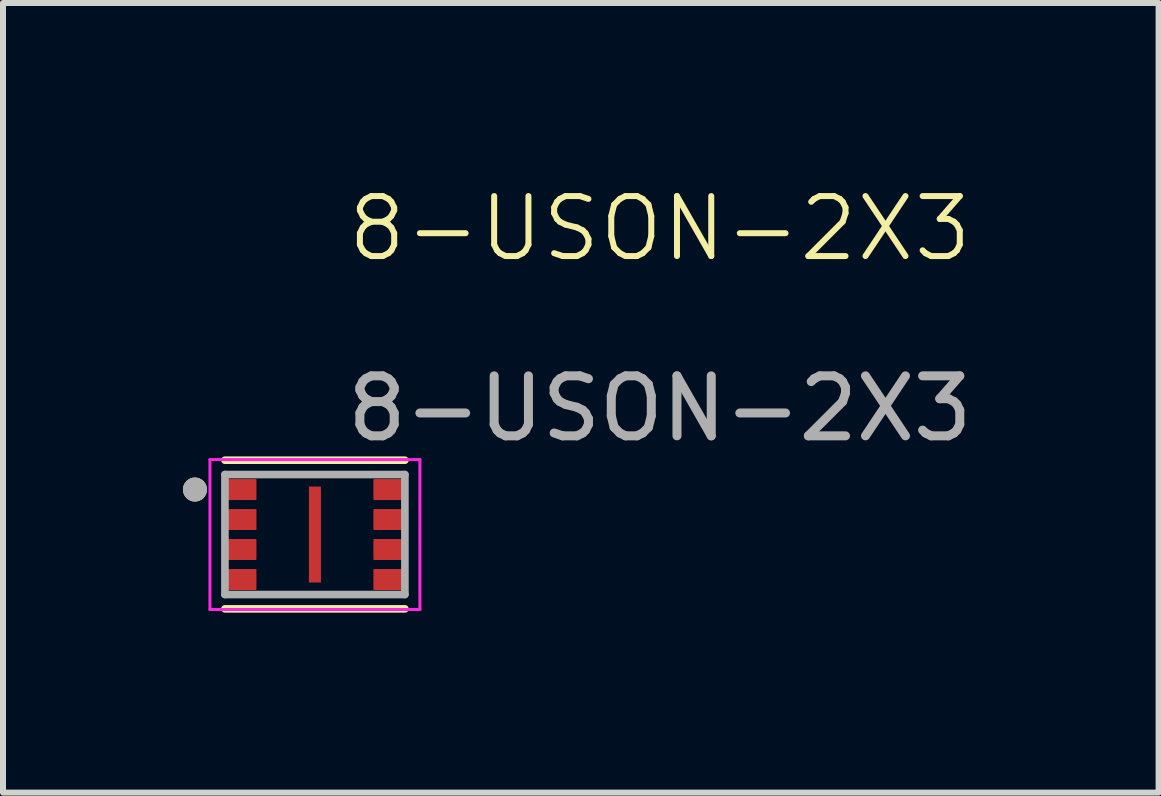
<source format=kicad_pcb>
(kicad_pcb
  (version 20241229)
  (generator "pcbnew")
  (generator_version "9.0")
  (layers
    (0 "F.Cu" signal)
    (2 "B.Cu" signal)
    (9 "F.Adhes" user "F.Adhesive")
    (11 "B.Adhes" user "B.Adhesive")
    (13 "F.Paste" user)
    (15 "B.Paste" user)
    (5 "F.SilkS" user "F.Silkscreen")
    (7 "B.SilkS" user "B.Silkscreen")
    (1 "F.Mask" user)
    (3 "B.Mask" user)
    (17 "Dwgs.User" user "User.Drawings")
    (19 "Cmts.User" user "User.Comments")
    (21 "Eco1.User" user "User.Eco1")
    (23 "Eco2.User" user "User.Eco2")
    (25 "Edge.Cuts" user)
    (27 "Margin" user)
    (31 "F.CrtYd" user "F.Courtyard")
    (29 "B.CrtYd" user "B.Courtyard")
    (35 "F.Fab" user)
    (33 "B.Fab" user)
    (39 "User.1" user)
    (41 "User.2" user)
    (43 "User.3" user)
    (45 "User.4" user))
  (footprint "8-USON-2X3"
    (layer "F.Cu")
    (at 2.25 5.861)
    (property "Reference" "8-USON-2X3" (at 5.7 -5.1 0) (unlocked yes) (layer "F.SilkS") (effects (font (size 1 1) (thickness 0.1))))
    (fp_line (start -1.55 -1.239) (end 1.45 -1.239) (stroke (width 0.127) (type solid)) (layer "F.SilkS"))
    (fp_line (start -1.55 1.239) (end 1.45 1.239) (stroke (width 0.127) (type solid)) (layer "F.SilkS"))
    (fp_circle (center -2.05 -0.75) (end -1.95 -0.75) (stroke (width 0.2) (type solid)) (fill no) (layer "F.SilkS"))
    (fp_poly (pts (xy -0.11 -0.51) (xy 0.01 -0.51) (xy 0.01 0.51) (xy -0.11 0.51)) (stroke (width 0.01) (type solid)) (fill yes) (layer "F.Paste"))
    (fp_line (start -1.8 -1.25) (end -1.8 1.25) (stroke (width 0.05) (type solid)) (layer "F.CrtYd"))
    (fp_line (start -1.8 -1.25) (end 1.7 -1.25) (stroke (width 0.05) (type solid)) (layer "F.CrtYd"))
    (fp_line (start -1.8 1.25) (end 1.7 1.25) (stroke (width 0.05) (type solid)) (layer "F.CrtYd"))
    (fp_line (start 1.7 -1.25) (end 1.7 1.25) (stroke (width 0.05) (type solid)) (layer "F.CrtYd"))
    (fp_line (start -1.55 -1) (end -1.55 1) (stroke (width 0.127) (type solid)) (layer "F.Fab"))
    (fp_line (start -1.55 -1) (end 1.45 -1) (stroke (width 0.127) (type solid)) (layer "F.Fab"))
    (fp_line (start -1.55 1) (end 1.45 1) (stroke (width 0.127) (type solid)) (layer "F.Fab"))
    (fp_line (start 1.45 -1) (end 1.45 1) (stroke (width 0.127) (type solid)) (layer "F.Fab"))
    (fp_circle (center -2.05 -0.75) (end -1.95 -0.75) (stroke (width 0.2) (type solid)) (fill no) (layer "F.Fab"))
    (fp_text user "${REFERENCE}" (at 5.7 -2.1 0) (unlocked yes) (layer "F.Fab") (effects (font (size 1 1) (thickness 0.15))))
    (pad "1" smd roundrect (at -1.27 -0.75) (size 0.49 0.35) (layers "F.Cu" "F.Mask" "F.Paste") (roundrect_rratio 0.04))
    (pad "2" smd roundrect (at -1.27 -0.25) (size 0.49 0.35) (layers "F.Cu" "F.Mask" "F.Paste") (roundrect_rratio 0.04))
    (pad "3" smd roundrect (at -1.27 0.25) (size 0.49 0.35) (layers "F.Cu" "F.Mask" "F.Paste") (roundrect_rratio 0.04))
    (pad "4" smd roundrect (at -1.27 0.75) (size 0.49 0.35) (layers "F.Cu" "F.Mask" "F.Paste") (roundrect_rratio 0.04))
    (pad "5" smd roundrect (at 1.17 0.75) (size 0.49 0.35) (layers "F.Cu" "F.Mask" "F.Paste") (roundrect_rratio 0.04))
    (pad "6" smd roundrect (at 1.17 0.25) (size 0.49 0.35) (layers "F.Cu" "F.Mask" "F.Paste") (roundrect_rratio 0.04))
    (pad "7" smd roundrect (at 1.17 -0.25) (size 0.49 0.35) (layers "F.Cu" "F.Mask" "F.Paste") (roundrect_rratio 0.04))
    (pad "8" smd roundrect (at 1.17 -0.75) (size 0.49 0.35) (layers "F.Cu" "F.Mask" "F.Paste") (roundrect_rratio 0.04))
    (pad "9" smd rect (at -0.05 0) (size 0.2 1.6) (layers "F.Cu" "F.Mask")))
  (gr_rect
    (start -3 -3)
    (end 16.265 10.163)
    (stroke (width 0.1) (type default))
    (fill no)
    (layer "Edge.Cuts")))
</source>
